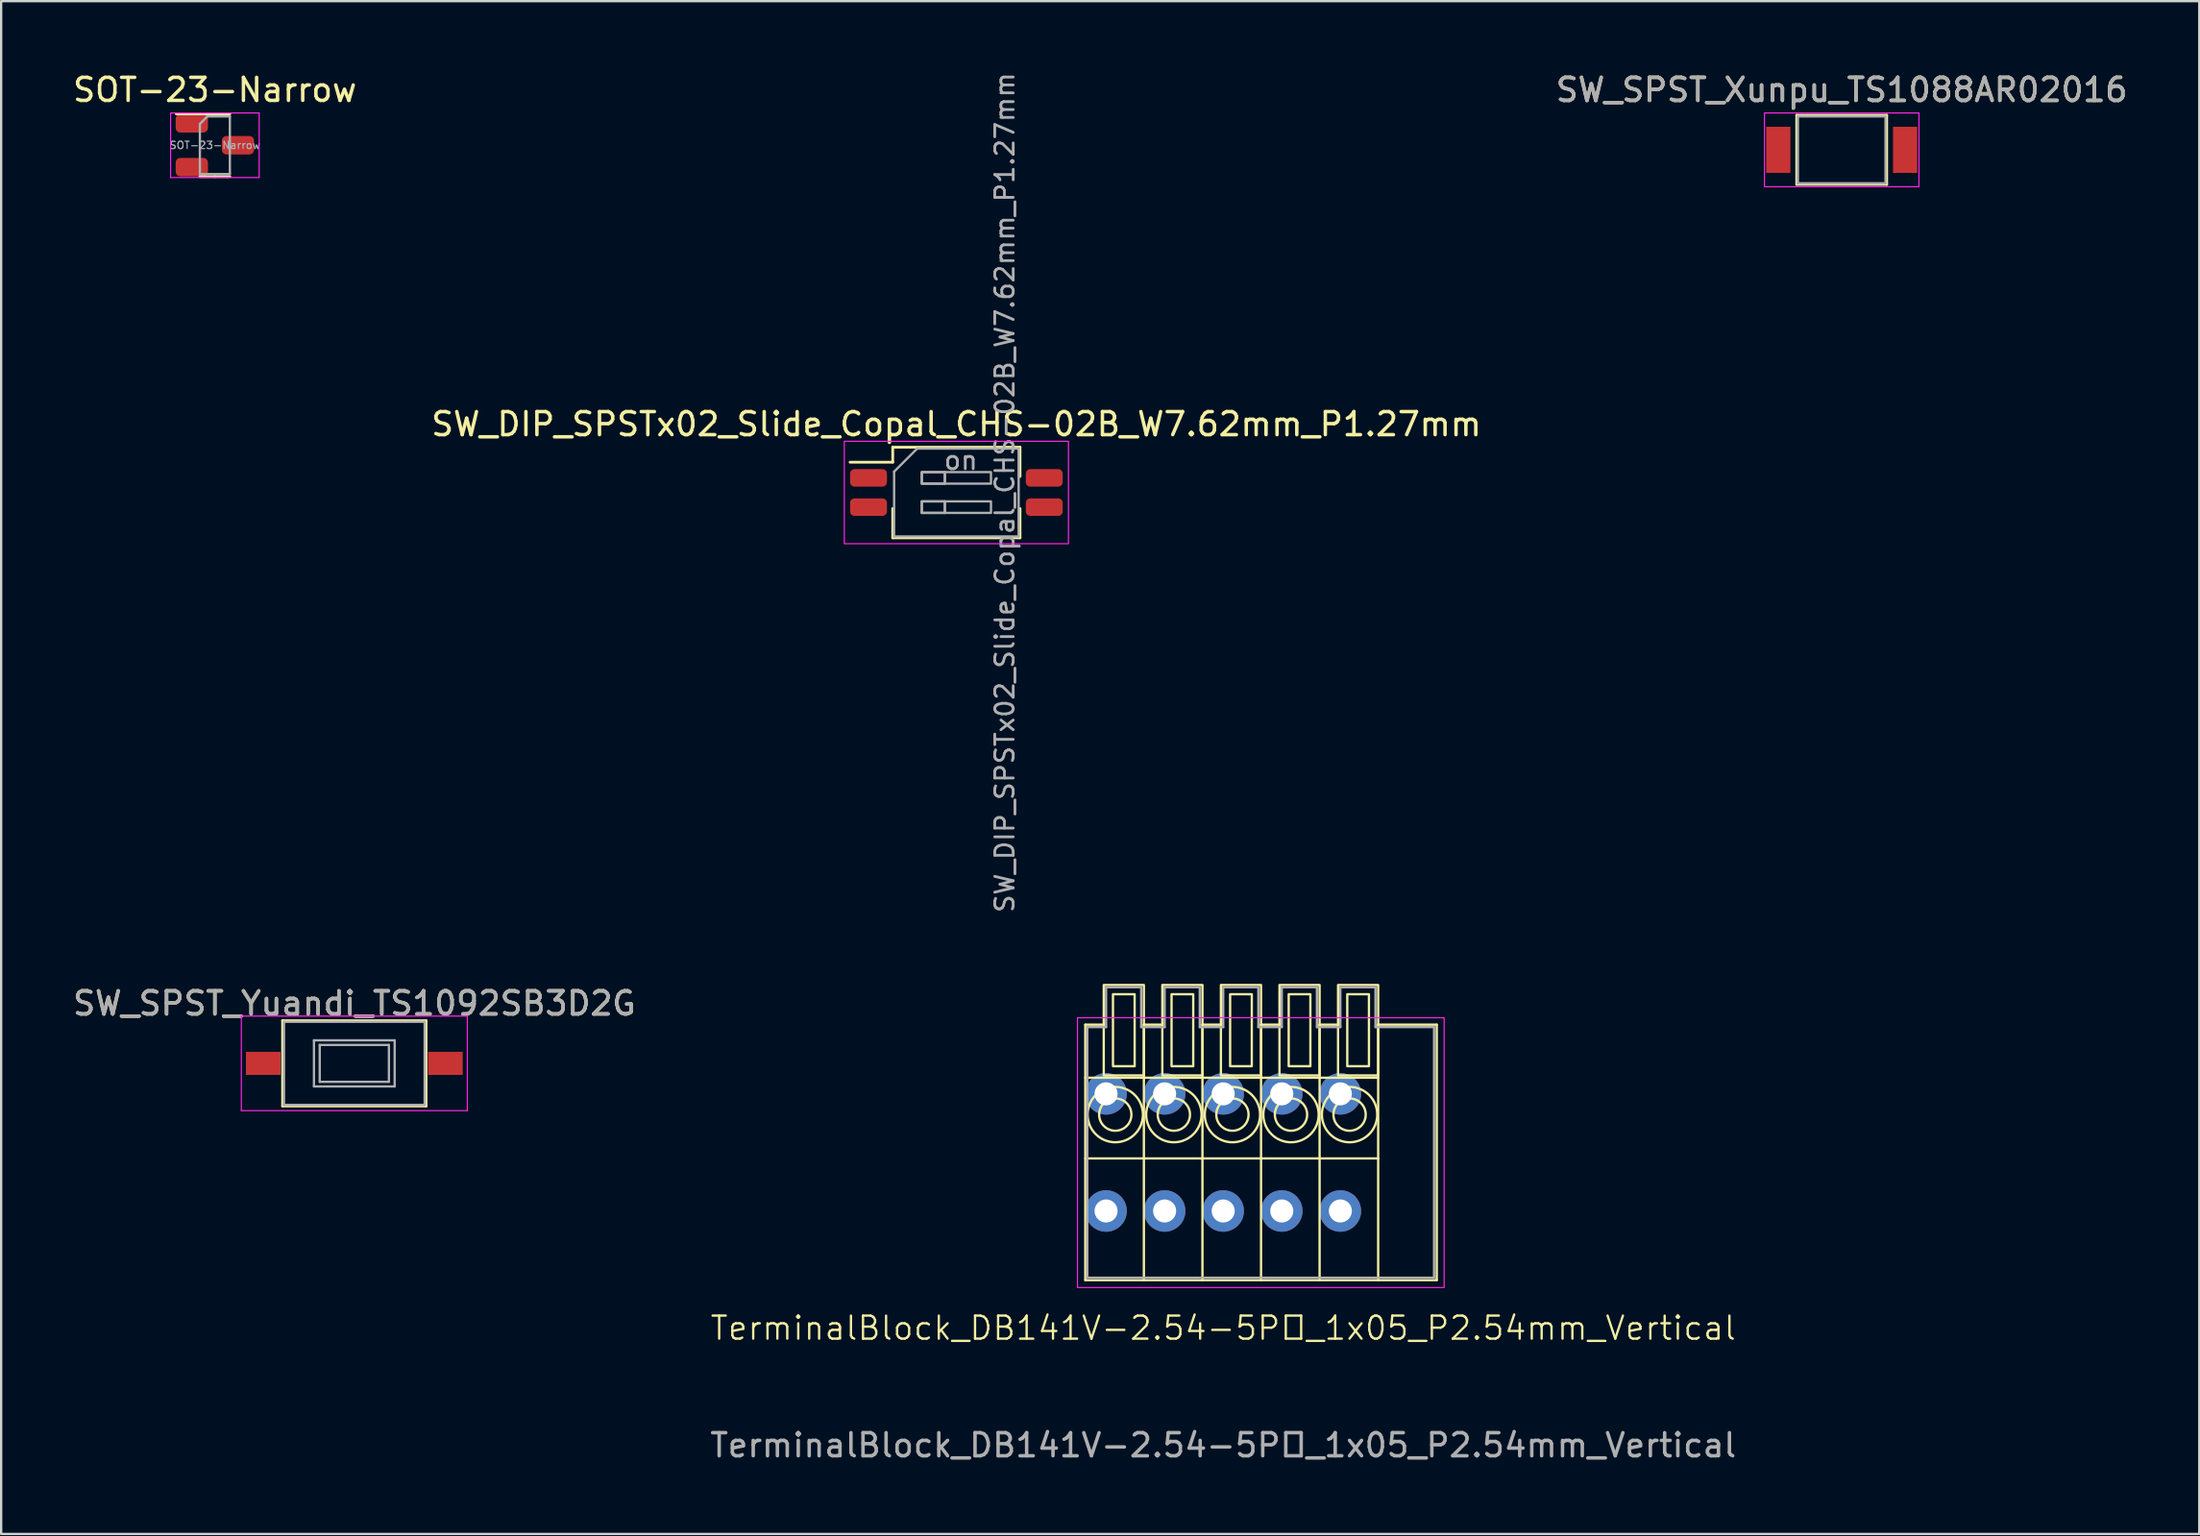
<source format=kicad_pcb>
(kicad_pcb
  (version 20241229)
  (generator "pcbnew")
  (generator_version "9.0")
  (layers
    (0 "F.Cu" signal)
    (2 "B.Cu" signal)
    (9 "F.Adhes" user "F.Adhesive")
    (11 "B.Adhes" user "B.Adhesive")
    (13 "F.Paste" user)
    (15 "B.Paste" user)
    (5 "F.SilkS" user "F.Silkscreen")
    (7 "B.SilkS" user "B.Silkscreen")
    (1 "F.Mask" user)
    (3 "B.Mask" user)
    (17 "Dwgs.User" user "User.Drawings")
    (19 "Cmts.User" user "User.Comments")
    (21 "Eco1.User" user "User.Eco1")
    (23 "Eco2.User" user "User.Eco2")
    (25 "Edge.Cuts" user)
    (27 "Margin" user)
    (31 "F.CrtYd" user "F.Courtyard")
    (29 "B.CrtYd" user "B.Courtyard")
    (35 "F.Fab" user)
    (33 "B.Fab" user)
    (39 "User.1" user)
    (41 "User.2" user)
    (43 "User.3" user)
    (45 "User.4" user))
  (footprint "SW_DIP_SPSTx02_Slide_Copal_CHS-02B_W7.62mm_P1.27mm"
    (layer "F.Cu")
    (at 38.423 18.31)
    (property "Reference" "SW_DIP_SPSTx02_Slide_Copal_CHS-02B_W7.62mm_P1.27mm" (at 0 -2.965 0) (layer "F.SilkS") (effects (font (size 1 1) (thickness 0.15))))
    (attr smd)
    (fp_line (start -4.61 -1.315) (end -2.76 -1.315) (stroke (width 0.12) (type solid)) (layer "F.SilkS"))
    (fp_line (start -2.76 -1.965) (end -2.76 -1.315) (stroke (width 0.12) (type solid)) (layer "F.SilkS"))
    (fp_line (start -2.76 -1.965) (end 2.76 -1.965) (stroke (width 0.12) (type solid)) (layer "F.SilkS"))
    (fp_line (start -2.76 1.965) (end -2.76 0.695) (stroke (width 0.12) (type solid)) (layer "F.SilkS"))
    (fp_line (start -2.76 1.965) (end 2.76 1.965) (stroke (width 0.12) (type solid)) (layer "F.SilkS"))
    (fp_line (start 2.76 -1.965) (end 2.76 -0.695) (stroke (width 0.12) (type solid)) (layer "F.SilkS"))
    (fp_line (start 2.76 1.965) (end 2.76 0.695) (stroke (width 0.12) (type solid)) (layer "F.SilkS"))
    (fp_rect (start -4.86 -2.22) (end 4.86 2.22) (stroke (width 0.05) (type solid)) (fill no) (layer "F.CrtYd"))
    (fp_line (start -2.7 -0.905) (end -1.7 -1.905) (stroke (width 0.1) (type solid)) (layer "F.Fab"))
    (fp_line (start -2.7 1.905) (end -2.7 -0.905) (stroke (width 0.1) (type solid)) (layer "F.Fab"))
    (fp_line (start -1.7 -1.905) (end 2.7 -1.905) (stroke (width 0.1) (type solid)) (layer "F.Fab"))
    (fp_line (start -0.5 -0.885) (end -0.5 -0.385) (stroke (width 0.1) (type solid)) (layer "F.Fab"))
    (fp_line (start -0.5 0.385) (end -0.5 0.885) (stroke (width 0.1) (type solid)) (layer "F.Fab"))
    (fp_line (start 2.7 -1.905) (end 2.7 1.905) (stroke (width 0.1) (type solid)) (layer "F.Fab"))
    (fp_line (start 2.7 1.905) (end -2.7 1.905) (stroke (width 0.1) (type solid)) (layer "F.Fab"))
    (fp_rect (start -1.5 -0.885) (end -0.5 -0.385) (stroke (width 0.1) (type solid)) (fill no) (layer "F.Fab"))
    (fp_rect (start -1.5 -0.885) (end 1.5 -0.385) (stroke (width 0.1) (type solid)) (fill no) (layer "F.Fab"))
    (fp_rect (start -1.5 0.385) (end -0.5 0.885) (stroke (width 0.1) (type solid)) (fill no) (layer "F.Fab"))
    (fp_rect (start -1.5 0.385) (end 1.5 0.885) (stroke (width 0.1) (type solid)) (fill no) (layer "F.Fab"))
    (fp_text user "${REFERENCE}" (at 2.1 0 90) (layer "F.Fab") (effects (font (size 0.8 0.8) (thickness 0.12))))
    (fp_text user "on" (at 0.195 -1.395 0) (layer "F.Fab") (effects (font (size 0.8 0.8) (thickness 0.12))))
    (pad "1" smd roundrect (at -3.81 -0.635) (size 1.6 0.76) (layers "F.Cu" "F.Mask" "F.Paste") (roundrect_rratio 0.25))
    (pad "2" smd roundrect (at -3.81 0.635) (size 1.6 0.76) (layers "F.Cu" "F.Mask" "F.Paste") (roundrect_rratio 0.25))
    (pad "3" smd roundrect (at 3.81 0.635) (size 1.6 0.76) (layers "F.Cu" "F.Mask" "F.Paste") (roundrect_rratio 0.25))
    (pad "4" smd roundrect (at 3.81 -0.635) (size 1.6 0.76) (layers "F.Cu" "F.Mask" "F.Paste") (roundrect_rratio 0.25)))
  (footprint "TerminalBlock_DB141V-2.54-5P_1x05_P2.54mm_Vertical"
    (layer "F.Cu")
    (at 44.914 49.469)
    (property "Reference" "TerminalBlock_DB141V-2.54-5P_1x05_P2.54mm_Vertical" (at 5.08 5.08 0) (unlocked yes) (layer "F.SilkS") (effects (font (size 1 1) (thickness 0.1))))
    (attr through_hole)
    (fp_line (start -0.9 3) (end -0.9 -8.08) (stroke (width 0.1) (type default)) (layer "F.SilkS"))
    (fp_line (start -0.1 -8.08) (end -0.9 -8.08) (stroke (width 0.1) (type default)) (layer "F.SilkS"))
    (fp_line (start 1.64 3) (end 1.64 -8.08) (stroke (width 0.1) (type default)) (layer "F.SilkS"))
    (fp_line (start 2.44 -8.08) (end 1.64 -8.08) (stroke (width 0.1) (type default)) (layer "F.SilkS"))
    (fp_line (start 4.18 3) (end 4.18 -8.08) (stroke (width 0.1) (type default)) (layer "F.SilkS"))
    (fp_line (start 4.98 -8.08) (end 4.18 -8.08) (stroke (width 0.1) (type default)) (layer "F.SilkS"))
    (fp_line (start 6.72 3) (end 6.72 -8.08) (stroke (width 0.1) (type default)) (layer "F.SilkS"))
    (fp_line (start 7.52 -8.08) (end 6.72 -8.08) (stroke (width 0.1) (type default)) (layer "F.SilkS"))
    (fp_line (start 9.26 3) (end 9.26 -8.08) (stroke (width 0.1) (type default)) (layer "F.SilkS"))
    (fp_line (start 10.06 -8.08) (end 9.26 -8.08) (stroke (width 0.1) (type default)) (layer "F.SilkS"))
    (fp_line (start 11.8 -5.78) (end -0.9 -5.78) (stroke (width 0.1) (type default)) (layer "F.SilkS"))
    (fp_line (start 11.8 -2.28) (end -0.9 -2.28) (stroke (width 0.1) (type default)) (layer "F.SilkS"))
    (fp_line (start 11.8 3) (end 11.8 -8.08) (stroke (width 0.1) (type default)) (layer "F.SilkS"))
    (fp_line (start 14.34 -8.08) (end 11.8 -8.08) (stroke (width 0.1) (type default)) (layer "F.SilkS"))
    (fp_line (start 14.34 -8.08) (end 14.34 3) (stroke (width 0.1) (type default)) (layer "F.SilkS"))
    (fp_line (start 14.34 3) (end -0.9 3) (stroke (width 0.1) (type default)) (layer "F.SilkS"))
    (fp_rect (start 1.24 -6.28) (end 0.3 -9.4) (stroke (width 0.1) (type default)) (fill no) (layer "F.SilkS"))
    (fp_rect (start 1.64 -5.88) (end -0.1 -9.8) (stroke (width 0.1) (type default)) (fill no) (layer "F.SilkS"))
    (fp_rect (start 3.78 -6.28) (end 2.84 -9.4) (stroke (width 0.1) (type default)) (fill no) (layer "F.SilkS"))
    (fp_rect (start 4.18 -5.88) (end 2.44 -9.8) (stroke (width 0.1) (type default)) (fill no) (layer "F.SilkS"))
    (fp_rect (start 6.32 -6.28) (end 5.38 -9.4) (stroke (width 0.1) (type default)) (fill no) (layer "F.SilkS"))
    (fp_rect (start 6.72 -5.88) (end 4.98 -9.8) (stroke (width 0.1) (type default)) (fill no) (layer "F.SilkS"))
    (fp_rect (start 8.86 -6.28) (end 7.92 -9.4) (stroke (width 0.1) (type default)) (fill no) (layer "F.SilkS"))
    (fp_rect (start 9.26 -5.88) (end 7.52 -9.8) (stroke (width 0.1) (type default)) (fill no) (layer "F.SilkS"))
    (fp_rect (start 11.4 -6.28) (end 10.46 -9.4) (stroke (width 0.1) (type default)) (fill no) (layer "F.SilkS"))
    (fp_rect (start 11.8 -5.88) (end 10.06 -9.8) (stroke (width 0.1) (type default)) (fill no) (layer "F.SilkS"))
    (fp_circle (center 0.4 -4.18) (end -0.8 -4.18) (stroke (width 0.1) (type default)) (fill no) (layer "F.SilkS"))
    (fp_circle (center 0.4 -4.18) (end -0.3 -4.18) (stroke (width 0.1) (type default)) (fill no) (layer "F.SilkS"))
    (fp_circle (center 2.94 -4.18) (end 1.74 -4.18) (stroke (width 0.1) (type default)) (fill no) (layer "F.SilkS"))
    (fp_circle (center 2.94 -4.18) (end 2.24 -4.18) (stroke (width 0.1) (type default)) (fill no) (layer "F.SilkS"))
    (fp_circle (center 5.48 -4.18) (end 4.28 -4.18) (stroke (width 0.1) (type default)) (fill no) (layer "F.SilkS"))
    (fp_circle (center 5.48 -4.18) (end 4.78 -4.18) (stroke (width 0.1) (type default)) (fill no) (layer "F.SilkS"))
    (fp_circle (center 8.02 -4.18) (end 7.32 -4.18) (stroke (width 0.1) (type default)) (fill no) (layer "F.SilkS"))
    (fp_circle (center 8.02 -4.18) (end 9.22 -4.18) (stroke (width 0.1) (type default)) (fill no) (layer "F.SilkS"))
    (fp_circle (center 10.56 -4.18) (end 9.36 -4.18) (stroke (width 0.1) (type default)) (fill no) (layer "F.SilkS"))
    (fp_circle (center 10.56 -4.18) (end 9.86 -4.18) (stroke (width 0.1) (type default)) (fill no) (layer "F.SilkS"))
    (fp_rect (start 14.66 3.32) (end -1.24 -8.38) (stroke (width 0.05) (type default)) (fill no) (layer "F.CrtYd"))
    (fp_line (start -0.813 -7.976) (end 0 -7.976) (stroke (width 0.1) (type default)) (layer "F.Fab"))
    (fp_line (start -0.813 2.896) (end -0.813 -7.976) (stroke (width 0.1) (type default)) (layer "F.Fab"))
    (fp_line (start 0 -9.703) (end 1.524 -9.703) (stroke (width 0.1) (type default)) (layer "F.Fab"))
    (fp_line (start 0 -7.976) (end 0 -9.703) (stroke (width 0.1) (type default)) (layer "F.Fab"))
    (fp_line (start 1.524 -9.703) (end 1.524 -7.976) (stroke (width 0.1) (type default)) (layer "F.Fab"))
    (fp_line (start 1.524 -7.976) (end 2.54 -7.976) (stroke (width 0.1) (type default)) (layer "F.Fab"))
    (fp_line (start 2.54 -9.703) (end 4.064 -9.703) (stroke (width 0.1) (type default)) (layer "F.Fab"))
    (fp_line (start 2.54 -7.976) (end 2.54 -9.703) (stroke (width 0.1) (type default)) (layer "F.Fab"))
    (fp_line (start 4.064 -9.703) (end 4.064 -7.976) (stroke (width 0.1) (type default)) (layer "F.Fab"))
    (fp_line (start 4.064 -7.976) (end 5.08 -7.976) (stroke (width 0.1) (type default)) (layer "F.Fab"))
    (fp_line (start 5.08 -9.703) (end 6.604 -9.703) (stroke (width 0.1) (type default)) (layer "F.Fab"))
    (fp_line (start 5.08 -7.976) (end 5.08 -9.703) (stroke (width 0.1) (type default)) (layer "F.Fab"))
    (fp_line (start 6.604 -9.703) (end 6.604 -7.976) (stroke (width 0.1) (type default)) (layer "F.Fab"))
    (fp_line (start 6.604 -7.976) (end 7.62 -7.976) (stroke (width 0.1) (type default)) (layer "F.Fab"))
    (fp_line (start 7.62 -9.703) (end 9.144 -9.703) (stroke (width 0.1) (type default)) (layer "F.Fab"))
    (fp_line (start 7.62 -7.976) (end 7.62 -9.703) (stroke (width 0.1) (type default)) (layer "F.Fab"))
    (fp_line (start 9.144 -9.703) (end 9.144 -7.976) (stroke (width 0.1) (type default)) (layer "F.Fab"))
    (fp_line (start 9.144 -7.976) (end 10.16 -7.976) (stroke (width 0.1) (type default)) (layer "F.Fab"))
    (fp_line (start 10.16 -9.703) (end 11.684 -9.703) (stroke (width 0.1) (type default)) (layer "F.Fab"))
    (fp_line (start 10.16 -7.976) (end 10.16 -9.703) (stroke (width 0.1) (type default)) (layer "F.Fab"))
    (fp_line (start 11.684 -9.703) (end 11.684 -7.976) (stroke (width 0.1) (type default)) (layer "F.Fab"))
    (fp_line (start 11.684 -7.976) (end 14.224 -7.976) (stroke (width 0.1) (type default)) (layer "F.Fab"))
    (fp_line (start 14.224 -7.976) (end 14.224 2.896) (stroke (width 0.1) (type default)) (layer "F.Fab"))
    (fp_line (start 14.224 2.896) (end -0.813 2.896) (stroke (width 0.1) (type default)) (layer "F.Fab"))
    (fp_text user "${REFERENCE}" (at 5.08 10.16 0) (unlocked yes) (layer "F.Fab") (effects (font (size 1 1) (thickness 0.15))))
    (pad "1" thru_hole circle (at 0 -5.08 180) (size 1.8 1.8) (drill 1) (layers "*.Cu" "*.Mask"))
    (pad "1" thru_hole circle (at 0 0 180) (size 1.8 1.8) (drill 1) (layers "*.Cu" "*.Mask"))
    (pad "2" thru_hole circle (at 2.54 -5.08 180) (size 1.8 1.8) (drill 1) (layers "*.Cu" "*.Mask"))
    (pad "2" thru_hole circle (at 2.54 0 180) (size 1.8 1.8) (drill 1) (layers "*.Cu" "*.Mask"))
    (pad "3" thru_hole circle (at 5.08 -5.08 180) (size 1.8 1.8) (drill 1) (layers "*.Cu" "*.Mask"))
    (pad "3" thru_hole circle (at 5.08 0 180) (size 1.8 1.8) (drill 1) (layers "*.Cu" "*.Mask"))
    (pad "4" thru_hole circle (at 7.62 -5.08 180) (size 1.8 1.8) (drill 1) (layers "*.Cu" "*.Mask"))
    (pad "4" thru_hole circle (at 7.62 0 180) (size 1.8 1.8) (drill 1) (layers "*.Cu" "*.Mask"))
    (pad "5" thru_hole circle (at 10.16 -5.08 180) (size 1.8 1.8) (drill 1) (layers "*.Cu" "*.Mask"))
    (pad "5" thru_hole circle (at 10.16 0 180) (size 1.8 1.8) (drill 1) (layers "*.Cu" "*.Mask")))
  (footprint "SW_SPST_Yuandi_TS1092SB3D2G"
    (layer "F.Cu")
    (at 12.315 43.067)
    (property "Reference" "SW_SPST_Yuandi_TS1092SB3D2G" (at 0 -2.6 0) (layer "F.SilkS") (effects (font (size 1 1) (thickness 0.15))))
    (attr smd)
    (fp_line (start -3.11 -1.85) (end 3.11 -1.85) (stroke (width 0.12) (type solid)) (layer "F.SilkS"))
    (fp_line (start -3.11 1.85) (end -3.11 -1.85) (stroke (width 0.12) (type solid)) (layer "F.SilkS"))
    (fp_line (start 3.11 -1.85) (end 3.11 1.85) (stroke (width 0.12) (type solid)) (layer "F.SilkS"))
    (fp_line (start 3.11 1.85) (end -3.11 1.85) (stroke (width 0.12) (type solid)) (layer "F.SilkS"))
    (fp_line (start -4.9 -2.05) (end 4.9 -2.05) (stroke (width 0.05) (type solid)) (layer "F.CrtYd"))
    (fp_line (start -4.9 2.05) (end -4.9 -2.05) (stroke (width 0.05) (type solid)) (layer "F.CrtYd"))
    (fp_line (start 4.9 -2.05) (end 4.9 2.05) (stroke (width 0.05) (type solid)) (layer "F.CrtYd"))
    (fp_line (start 4.9 2.05) (end -4.9 2.05) (stroke (width 0.05) (type solid)) (layer "F.CrtYd"))
    (fp_line (start -3.05 -1.8) (end -3.05 1.8) (stroke (width 0.1) (type solid)) (layer "F.Fab"))
    (fp_line (start -3.05 -1.8) (end 3.05 -1.8) (stroke (width 0.1) (type solid)) (layer "F.Fab"))
    (fp_line (start -3.05 1.8) (end 3.05 1.8) (stroke (width 0.1) (type solid)) (layer "F.Fab"))
    (fp_line (start -1.75 -1) (end 1.75 -1) (stroke (width 0.1) (type solid)) (layer "F.Fab"))
    (fp_line (start -1.75 1) (end -1.75 -1) (stroke (width 0.1) (type solid)) (layer "F.Fab"))
    (fp_line (start -1.5 -0.8) (end -1.5 0.8) (stroke (width 0.1) (type solid)) (layer "F.Fab"))
    (fp_line (start -1.5 -0.8) (end 1.5 -0.8) (stroke (width 0.1) (type solid)) (layer "F.Fab"))
    (fp_line (start -1.5 0.8) (end 1.5 0.8) (stroke (width 0.1) (type solid)) (layer "F.Fab"))
    (fp_line (start 1.5 -0.8) (end 1.5 0.8) (stroke (width 0.1) (type solid)) (layer "F.Fab"))
    (fp_line (start 1.75 -1) (end 1.75 1) (stroke (width 0.1) (type solid)) (layer "F.Fab"))
    (fp_line (start 1.75 1) (end -1.75 1) (stroke (width 0.1) (type solid)) (layer "F.Fab"))
    (fp_line (start 3.05 -1.8) (end 3.05 1.8) (stroke (width 0.1) (type solid)) (layer "F.Fab"))
    (fp_text user "${REFERENCE}" (at 0 -2.6 0) (layer "F.Fab") (effects (font (size 1 1) (thickness 0.15))))
    (pad "1" smd rect (at -3.95 0) (size 1.5 1) (layers "F.Cu" "F.Mask" "F.Paste"))
    (pad "2" smd rect (at 3.95 0) (size 1.5 1) (layers "F.Cu" "F.Mask" "F.Paste")))
  (footprint "SW_SPST_Xunpu_TS1088AR02016"
    (layer "F.Cu")
    (at 76.815 3.448)
    (property "Reference" "SW_SPST_Xunpu_TS1088AR02016" (at 0 -2.6 0) (layer "F.SilkS") (effects (font (size 1 1) (thickness 0.15))))
    (attr smd)
    (fp_line (start -1.95 -1.5) (end 1.95 -1.5) (stroke (width 0.12) (type solid)) (layer "F.SilkS"))
    (fp_line (start -1.95 1.5) (end -1.95 -1.5) (stroke (width 0.12) (type solid)) (layer "F.SilkS"))
    (fp_line (start 1.95 -1.5) (end 1.95 1.5) (stroke (width 0.12) (type solid)) (layer "F.SilkS"))
    (fp_line (start 1.95 1.5) (end -1.95 1.5) (stroke (width 0.12) (type solid)) (layer "F.SilkS"))
    (fp_line (start -3.35 -1.6) (end 3.35 -1.6) (stroke (width 0.05) (type solid)) (layer "F.CrtYd"))
    (fp_line (start -3.35 1.6) (end -3.35 -1.6) (stroke (width 0.05) (type solid)) (layer "F.CrtYd"))
    (fp_line (start 3.35 -1.6) (end 3.35 1.6) (stroke (width 0.05) (type solid)) (layer "F.CrtYd"))
    (fp_line (start 3.35 1.6) (end -3.35 1.6) (stroke (width 0.05) (type solid)) (layer "F.CrtYd"))
    (fp_line (start -1.9 -1.45) (end -1.9 1.45) (stroke (width 0.1) (type solid)) (layer "F.Fab"))
    (fp_line (start -1.9 -1.45) (end 1.9 -1.45) (stroke (width 0.1) (type solid)) (layer "F.Fab"))
    (fp_line (start -1.9 1.45) (end 1.9 1.45) (stroke (width 0.1) (type solid)) (layer "F.Fab"))
    (fp_line (start 1.9 -1.45) (end 1.9 1.45) (stroke (width 0.1) (type solid)) (layer "F.Fab"))
    (fp_text user "${REFERENCE}" (at 0 -2.6 0) (layer "F.Fab") (effects (font (size 1 1) (thickness 0.15))))
    (pad "1" smd rect (at -2.75 0) (size 1.05 2) (layers "F.Cu" "F.Mask" "F.Paste"))
    (pad "2" smd rect (at 2.75 0) (size 1.05 2) (layers "F.Cu" "F.Mask" "F.Paste")))
  (footprint "SOT-23-Narrow"
    (layer "F.Cu")
    (at 6.268 3.248)
    (property "Reference" "SOT-23-Narrow" (at 0 -2.4 0) (layer "F.SilkS") (effects (font (size 1 1) (thickness 0.15))))
    (attr smd)
    (fp_line (start 0 -1.36) (end -1.675 -1.36) (stroke (width 0.12) (type solid)) (layer "F.SilkS"))
    (fp_line (start 0 -1.36) (end 0.65 -1.36) (stroke (width 0.12) (type solid)) (layer "F.SilkS"))
    (fp_line (start 0 1.36) (end -0.65 1.36) (stroke (width 0.12) (type solid)) (layer "F.SilkS"))
    (fp_line (start 0 1.36) (end 0.65 1.36) (stroke (width 0.12) (type solid)) (layer "F.SilkS"))
    (fp_line (start -1.92 -1.4) (end -1.92 1.4) (stroke (width 0.05) (type solid)) (layer "F.CrtYd"))
    (fp_line (start -1.92 1.4) (end 1.92 1.4) (stroke (width 0.05) (type solid)) (layer "F.CrtYd"))
    (fp_line (start 1.92 -1.4) (end -1.92 -1.4) (stroke (width 0.05) (type solid)) (layer "F.CrtYd"))
    (fp_line (start 1.92 1.4) (end 1.92 -1.4) (stroke (width 0.05) (type solid)) (layer "F.CrtYd"))
    (fp_line (start -0.65 -0.925) (end -0.325 -1.25) (stroke (width 0.1) (type solid)) (layer "F.Fab"))
    (fp_line (start -0.65 1.25) (end -0.65 -0.925) (stroke (width 0.1) (type solid)) (layer "F.Fab"))
    (fp_line (start -0.325 -1.25) (end 0.65 -1.25) (stroke (width 0.1) (type solid)) (layer "F.Fab"))
    (fp_line (start 0.65 -1.25) (end 0.65 1.25) (stroke (width 0.1) (type solid)) (layer "F.Fab"))
    (fp_line (start 0.65 1.25) (end -0.65 1.25) (stroke (width 0.1) (type solid)) (layer "F.Fab"))
    (fp_text user "${REFERENCE}" (at 0 0 0) (layer "F.Fab") (effects (font (size 0.32 0.32) (thickness 0.05))))
    (pad "1" smd roundrect (at -1 -0.95) (size 1.4 0.8) (layers "F.Cu" "F.Mask" "F.Paste") (roundrect_rratio 0.25))
    (pad "2" smd roundrect (at -1 0.95) (size 1.4 0.8) (layers "F.Cu" "F.Mask" "F.Paste") (roundrect_rratio 0.25))
    (pad "3" smd roundrect (at 1 0) (size 1.4 0.8) (layers "F.Cu" "F.Mask" "F.Paste") (roundrect_rratio 0.25)))
  (gr_rect
    (start -3 -3)
    (end 92.321 63.477)
    (stroke (width 0.1) (type default))
    (fill no)
    (layer "Edge.Cuts")))
</source>
